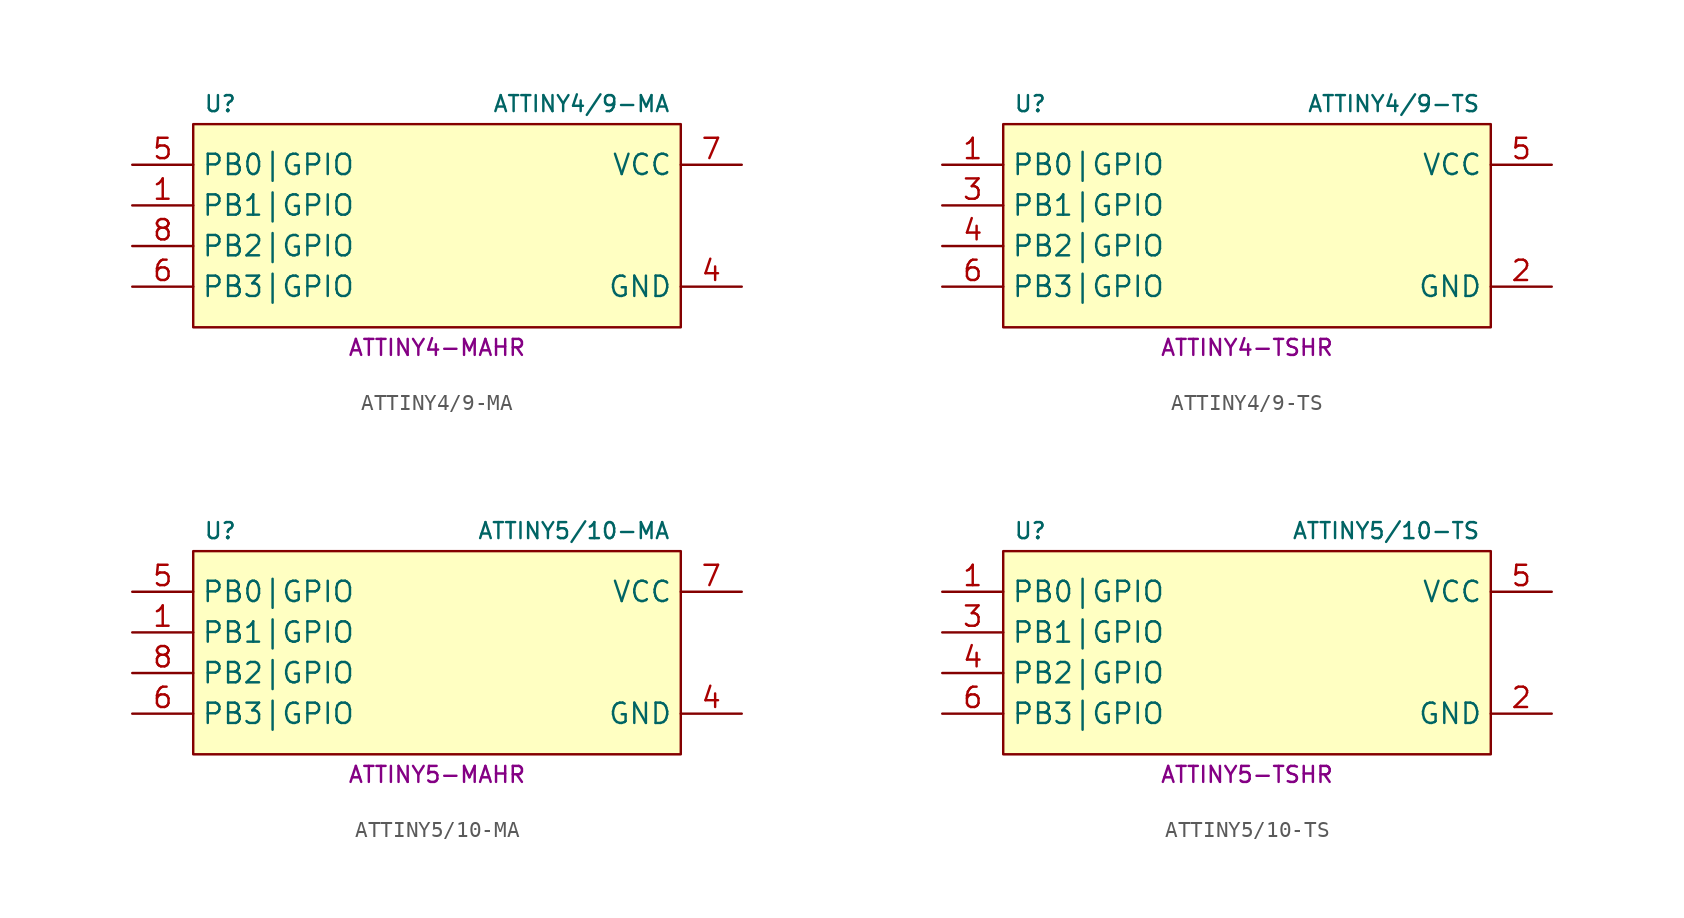
<source format=kicad_sym>
(kicad_symbol_lib
  (version 20231120)
  (generator "kicad_symbol_editor")
  (generator_version "8.0")
  (symbol "ATTINY4/9-MA"
    (property "Reference" "U"
      (at -14.605 7.62 0)
      (do_not_autoplace)
      (effects (font (size 1 1)) (justify left)))
    (property "Value" "ATTINY4/9-MA"
      (at 14.605 7.62 0)
      (do_not_autoplace)
      (effects (font (size 1 1)) (justify right)))
    (property "MPN" "ATTINY4-MAHR"
      (at 0 -7.62 0)
      (do_not_autoplace)
      (effects (font (size 1 1))))
    (symbol "ATTINY4/9-MA_1_1"
      (rectangle (start -15.24 6.35) (end 15.24 -6.35) (stroke (width 0) (type default)) (fill (type background)))
      (pin bidirectional line (at -19.05 1.27 0) (length 3.81) (name "PB1|GPIO" (effects (font (size 1.27 1.27)))) (number "1" (effects (font (size 1.27 1.27)))) (alternate "PB1|AC.IN1" input line) (alternate "PB1|CLKI" input clock) (alternate "PB1|PCINT.1" input line) (alternate "PB1|TMR0.IC" input line) (alternate "PB1|TMR0.OCB" output line) (alternate "PB1|TPICLK" input clock))
      (pin power_in line (at 19.05 -3.81 180) (length 3.81) (name "GND" (effects (font (size 1.27 1.27)))) (number "4" (effects (font (size 1.27 1.27)))))
      (pin bidirectional line (at -19.05 3.81 0) (length 3.81) (name "PB0|GPIO" (effects (font (size 1.27 1.27)))) (number "5" (effects (font (size 1.27 1.27)))) (alternate "PB0|AC.IN0" input line) (alternate "PB0|PCINT.0" input line) (alternate "PB0|TMR0.OCA" output line) (alternate "PB0|TPIDATA" bidirectional line))
      (pin bidirectional line (at -19.05 -3.81 0) (length 3.81) (name "PB3|GPIO" (effects (font (size 1.27 1.27)))) (number "6" (effects (font (size 1.27 1.27)))) (alternate "PB3|PCINT.3" input line) (alternate "PB3|~{RESET}" input inverted))
      (pin power_in line (at 19.05 3.81 180) (length 3.81) (name "VCC" (effects (font (size 1.27 1.27)))) (number "7" (effects (font (size 1.27 1.27)))))
      (pin bidirectional line (at -19.05 -1.27 0) (length 3.81) (name "PB2|GPIO" (effects (font (size 1.27 1.27)))) (number "8" (effects (font (size 1.27 1.27)))) (alternate "PB2|CLKO" output clock) (alternate "PB2|INT0" input line) (alternate "PB2|PCINT.2" input line) (alternate "PB2|TMR0" input clock))))
  (symbol "ATTINY4/9-TS"
    (property "Reference" "U"
      (at -14.605 7.62 0)
      (do_not_autoplace)
      (effects (font (size 1 1)) (justify left)))
    (property "Value" "ATTINY4/9-TS"
      (at 14.605 7.62 0)
      (do_not_autoplace)
      (effects (font (size 1 1)) (justify right)))
    (property "MPN" "ATTINY4-TSHR"
      (at 0 -7.62 0)
      (do_not_autoplace)
      (effects (font (size 1 1))))
    (symbol "ATTINY4/9-TS_1_1"
      (rectangle (start -15.24 6.35) (end 15.24 -6.35) (stroke (width 0) (type default)) (fill (type background)))
      (pin bidirectional line (at -19.05 3.81 0) (length 3.81) (name "PB0|GPIO" (effects (font (size 1.27 1.27)))) (number "1" (effects (font (size 1.27 1.27)))) (alternate "PB0|AC.IN0" input line) (alternate "PB0|PCINT.0" input line) (alternate "PB0|TMR0.OCA" output line) (alternate "PB0|TPIDATA" bidirectional line))
      (pin power_in line (at 19.05 -3.81 180) (length 3.81) (name "GND" (effects (font (size 1.27 1.27)))) (number "2" (effects (font (size 1.27 1.27)))))
      (pin bidirectional line (at -19.05 1.27 0) (length 3.81) (name "PB1|GPIO" (effects (font (size 1.27 1.27)))) (number "3" (effects (font (size 1.27 1.27)))) (alternate "PB1|AC.IN1" input line) (alternate "PB1|CLKI" input clock) (alternate "PB1|PCINT.1" input line) (alternate "PB1|TMR0.IC" input line) (alternate "PB1|TMR0.OCB" output line) (alternate "PB1|TPICLK" input clock))
      (pin bidirectional line (at -19.05 -1.27 0) (length 3.81) (name "PB2|GPIO" (effects (font (size 1.27 1.27)))) (number "4" (effects (font (size 1.27 1.27)))) (alternate "PB2|CLKO" output clock) (alternate "PB2|INT0" input line) (alternate "PB2|PCINT.2" input line) (alternate "PB2|TMR0" input clock))
      (pin power_in line (at 19.05 3.81 180) (length 3.81) (name "VCC" (effects (font (size 1.27 1.27)))) (number "5" (effects (font (size 1.27 1.27)))))
      (pin bidirectional line (at -19.05 -3.81 0) (length 3.81) (name "PB3|GPIO" (effects (font (size 1.27 1.27)))) (number "6" (effects (font (size 1.27 1.27)))) (alternate "PB3|PCINT.3" input line) (alternate "PB3|~{RESET}" input inverted))))
  (symbol "ATTINY5/10-MA"
    (property "Reference" "U"
      (at -14.605 7.62 0)
      (do_not_autoplace)
      (effects (font (size 1 1)) (justify left)))
    (property "Value" "ATTINY5/10-MA"
      (at 14.605 7.62 0)
      (do_not_autoplace)
      (effects (font (size 1 1)) (justify right)))
    (property "MPN" "ATTINY5-MAHR"
      (at 0 -7.62 0)
      (do_not_autoplace)
      (effects (font (size 1 1))))
    (symbol "ATTINY5/10-MA_1_1"
      (rectangle (start -15.24 6.35) (end 15.24 -6.35) (stroke (width 0) (type default)) (fill (type background)))
      (pin bidirectional line (at -19.05 1.27 0) (length 3.81) (name "PB1|GPIO" (effects (font (size 1.27 1.27)))) (number "1" (effects (font (size 1.27 1.27)))) (alternate "PB1|AC.IN1" input line) (alternate "PB1|ADC.IN1" input line) (alternate "PB1|CLKI" input clock) (alternate "PB1|PCINT.1" input line) (alternate "PB1|TMR0.IC" input line) (alternate "PB1|TMR0.OCB" output line) (alternate "PB1|TPICLK" input clock))
      (pin power_in line (at 19.05 -3.81 180) (length 3.81) (name "GND" (effects (font (size 1.27 1.27)))) (number "4" (effects (font (size 1.27 1.27)))))
      (pin bidirectional line (at -19.05 3.81 0) (length 3.81) (name "PB0|GPIO" (effects (font (size 1.27 1.27)))) (number "5" (effects (font (size 1.27 1.27)))) (alternate "PB0|AC.IN0" input line) (alternate "PB0|ADC.IN0" input line) (alternate "PB0|PCINT.0" input line) (alternate "PB0|TMR0.OCA" output line) (alternate "PB0|TPIDATA" bidirectional line))
      (pin bidirectional line (at -19.05 -3.81 0) (length 3.81) (name "PB3|GPIO" (effects (font (size 1.27 1.27)))) (number "6" (effects (font (size 1.27 1.27)))) (alternate "PB3|ADC.IN3" input line) (alternate "PB3|PCINT.3" input line) (alternate "PB3|~{RESET}" input inverted))
      (pin power_in line (at 19.05 3.81 180) (length 3.81) (name "VCC" (effects (font (size 1.27 1.27)))) (number "7" (effects (font (size 1.27 1.27)))))
      (pin bidirectional line (at -19.05 -1.27 0) (length 3.81) (name "PB2|GPIO" (effects (font (size 1.27 1.27)))) (number "8" (effects (font (size 1.27 1.27)))) (alternate "PB2|ADC.IN2" input line) (alternate "PB2|CLKO" output clock) (alternate "PB2|INT0" input line) (alternate "PB2|PCINT.2" input line) (alternate "PB2|TMR0" input clock))))
  (symbol "ATTINY5/10-TS"
    (property "Reference" "U"
      (at -14.605 7.62 0)
      (do_not_autoplace)
      (effects (font (size 1 1)) (justify left)))
    (property "Value" "ATTINY5/10-TS"
      (at 14.605 7.62 0)
      (do_not_autoplace)
      (effects (font (size 1 1)) (justify right)))
    (property "MPN" "ATTINY5-TSHR"
      (at 0 -7.62 0)
      (do_not_autoplace)
      (effects (font (size 1 1))))
    (symbol "ATTINY5/10-TS_1_1"
      (rectangle (start -15.24 6.35) (end 15.24 -6.35) (stroke (width 0) (type default)) (fill (type background)))
      (pin bidirectional line (at -19.05 3.81 0) (length 3.81) (name "PB0|GPIO" (effects (font (size 1.27 1.27)))) (number "1" (effects (font (size 1.27 1.27)))) (alternate "PB0|AC.IN0" input line) (alternate "PB0|ADC.IN0" input line) (alternate "PB0|PCINT.0" input line) (alternate "PB0|TMR0.OCA" output line) (alternate "PB0|TPIDATA" bidirectional line))
      (pin power_in line (at 19.05 -3.81 180) (length 3.81) (name "GND" (effects (font (size 1.27 1.27)))) (number "2" (effects (font (size 1.27 1.27)))))
      (pin bidirectional line (at -19.05 1.27 0) (length 3.81) (name "PB1|GPIO" (effects (font (size 1.27 1.27)))) (number "3" (effects (font (size 1.27 1.27)))) (alternate "PB1|AC.IN1" input line) (alternate "PB1|ADC.IN1" input line) (alternate "PB1|CLKI" input clock) (alternate "PB1|PCINT.1" input line) (alternate "PB1|TMR0.IC" input line) (alternate "PB1|TMR0.OCB" output line) (alternate "PB1|TPICLK" input clock))
      (pin bidirectional line (at -19.05 -1.27 0) (length 3.81) (name "PB2|GPIO" (effects (font (size 1.27 1.27)))) (number "4" (effects (font (size 1.27 1.27)))) (alternate "PB2|ADC.IN2" input line) (alternate "PB2|CLKO" output clock) (alternate "PB2|INT0" input line) (alternate "PB2|PCINT.2" input line) (alternate "PB2|TMR0" input clock))
      (pin power_in line (at 19.05 3.81 180) (length 3.81) (name "VCC" (effects (font (size 1.27 1.27)))) (number "5" (effects (font (size 1.27 1.27)))))
      (pin bidirectional line (at -19.05 -3.81 0) (length 3.81) (name "PB3|GPIO" (effects (font (size 1.27 1.27)))) (number "6" (effects (font (size 1.27 1.27)))) (alternate "PB3|ADC.IN3" input line) (alternate "PB3|PCINT.3" input line) (alternate "PB3|~{RESET}" input inverted)))))
</source>
